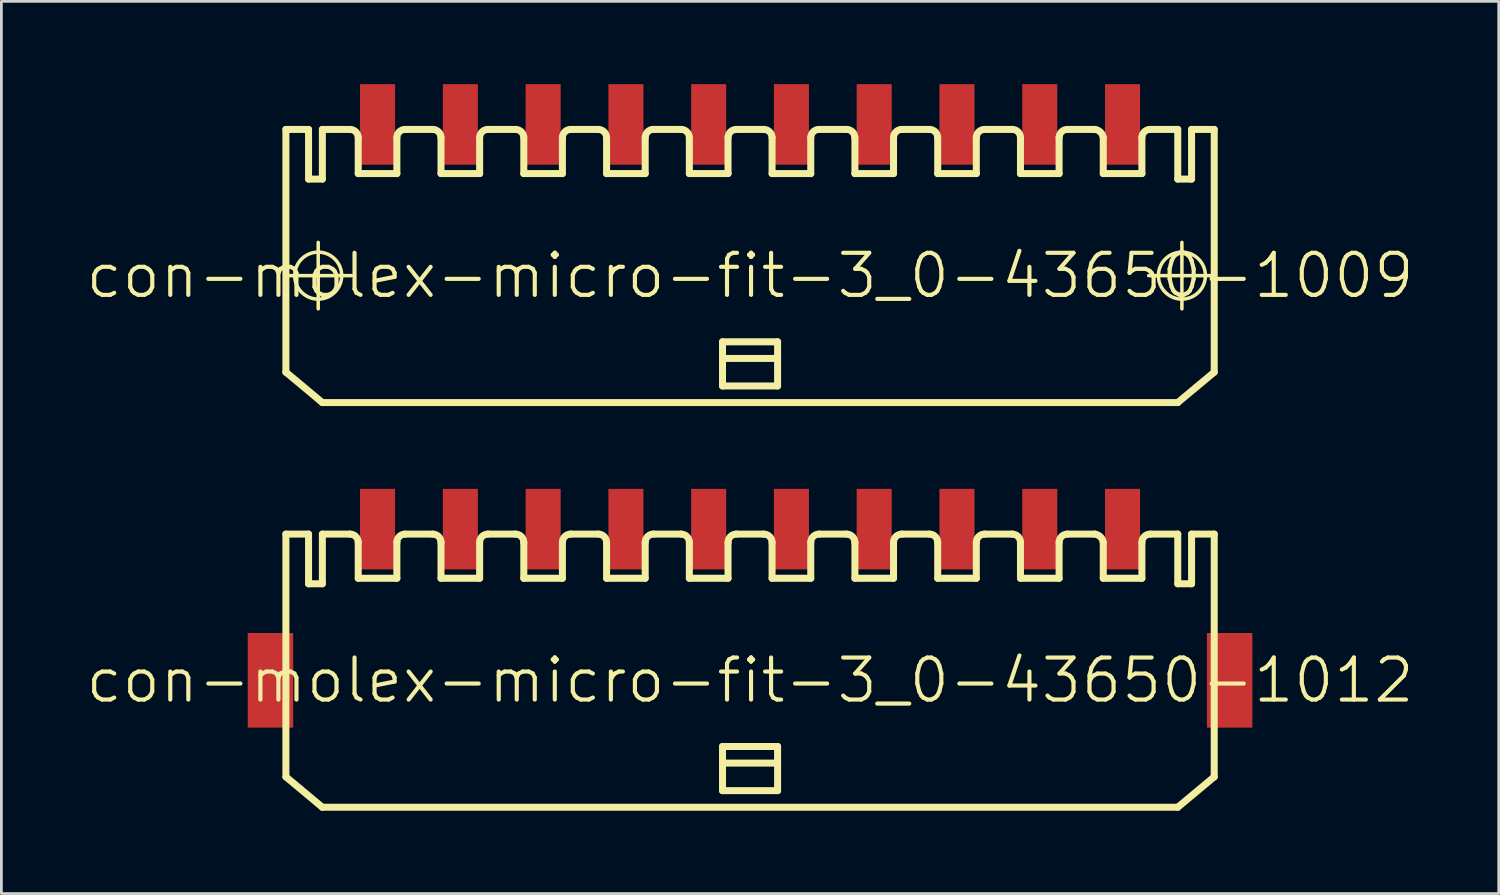
<source format=kicad_pcb>
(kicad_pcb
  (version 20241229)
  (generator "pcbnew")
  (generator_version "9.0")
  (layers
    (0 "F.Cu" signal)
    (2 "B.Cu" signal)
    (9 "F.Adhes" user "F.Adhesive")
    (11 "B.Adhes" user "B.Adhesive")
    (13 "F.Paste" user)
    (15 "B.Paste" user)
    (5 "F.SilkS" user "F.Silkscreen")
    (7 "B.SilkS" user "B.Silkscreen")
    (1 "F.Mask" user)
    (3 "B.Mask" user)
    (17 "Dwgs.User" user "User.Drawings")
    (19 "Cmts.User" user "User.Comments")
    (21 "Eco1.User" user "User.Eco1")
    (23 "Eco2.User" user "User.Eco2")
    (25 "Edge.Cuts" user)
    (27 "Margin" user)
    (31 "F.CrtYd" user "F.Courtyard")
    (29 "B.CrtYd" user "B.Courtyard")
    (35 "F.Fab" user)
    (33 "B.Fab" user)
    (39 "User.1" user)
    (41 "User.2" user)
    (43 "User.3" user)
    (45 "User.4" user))
  (footprint "con-molex-micro-fit-3_0-43650-1012"
    (layer "F.Cu")
    (at 24.13 21.603)
    (property "Reference" "con-molex-micro-fit-3_0-43650-1012" (at 0 0 0) (layer "F.SilkS") (effects (font (size 1.524 1.524) (thickness 0.15))))
    (attr smd)
    (fp_line (start -16.82 -5.298) (end -15.999 -5.298) (stroke (width 0.254) (type solid)) (layer "F.SilkS"))
    (fp_line (start -16.82 3.498) (end -16.82 -5.298) (stroke (width 0.254) (type solid)) (layer "F.SilkS"))
    (fp_line (start -16.82 3.498) (end -15.499 4.6) (stroke (width 0.254) (type solid)) (layer "F.SilkS"))
    (fp_line (start -15.999 -5.298) (end -15.999 -3.498) (stroke (width 0.254) (type solid)) (layer "F.SilkS"))
    (fp_line (start -15.999 -3.498) (end -15.499 -3.498) (stroke (width 0.254) (type solid)) (layer "F.SilkS"))
    (fp_line (start -15.499 -5.298) (end -14.498 -5.298) (stroke (width 0.254) (type solid)) (layer "F.SilkS"))
    (fp_line (start -15.499 -3.498) (end -15.499 -5.298) (stroke (width 0.254) (type solid)) (layer "F.SilkS"))
    (fp_line (start -14.199 -3.698) (end -14.199 -4.999) (stroke (width 0.254) (type solid)) (layer "F.SilkS"))
    (fp_line (start -14.199 -3.698) (end -12.799 -3.698) (stroke (width 0.254) (type solid)) (layer "F.SilkS"))
    (fp_line (start -12.799 -3.698) (end -12.799 -4.999) (stroke (width 0.254) (type solid)) (layer "F.SilkS"))
    (fp_line (start -12.499 -5.298) (end -11.499 -5.298) (stroke (width 0.254) (type solid)) (layer "F.SilkS"))
    (fp_line (start -11.199 -3.698) (end -11.199 -4.999) (stroke (width 0.254) (type solid)) (layer "F.SilkS"))
    (fp_line (start -11.199 -3.698) (end -9.799 -3.698) (stroke (width 0.254) (type solid)) (layer "F.SilkS"))
    (fp_line (start -9.799 -3.698) (end -9.799 -4.999) (stroke (width 0.254) (type solid)) (layer "F.SilkS"))
    (fp_line (start -9.5 -5.298) (end -8.499 -5.298) (stroke (width 0.254) (type solid)) (layer "F.SilkS"))
    (fp_line (start -8.199 -3.698) (end -8.199 -4.999) (stroke (width 0.254) (type solid)) (layer "F.SilkS"))
    (fp_line (start -8.199 -3.698) (end -6.8 -3.698) (stroke (width 0.254) (type solid)) (layer "F.SilkS"))
    (fp_line (start -6.8 -3.698) (end -6.8 -4.999) (stroke (width 0.254) (type solid)) (layer "F.SilkS"))
    (fp_line (start -6.5 -5.298) (end -5.499 -5.298) (stroke (width 0.254) (type solid)) (layer "F.SilkS"))
    (fp_line (start -5.199 -3.698) (end -5.199 -4.999) (stroke (width 0.254) (type solid)) (layer "F.SilkS"))
    (fp_line (start -5.199 -3.698) (end -3.8 -3.698) (stroke (width 0.254) (type solid)) (layer "F.SilkS"))
    (fp_line (start -3.8 -3.698) (end -3.8 -4.999) (stroke (width 0.254) (type solid)) (layer "F.SilkS"))
    (fp_line (start -3.498 -5.298) (end -2.499 -5.298) (stroke (width 0.254) (type solid)) (layer "F.SilkS"))
    (fp_line (start -2.2 -3.698) (end -2.2 -4.999) (stroke (width 0.254) (type solid)) (layer "F.SilkS"))
    (fp_line (start -2.2 -3.698) (end -0.798 -3.698) (stroke (width 0.254) (type solid)) (layer "F.SilkS"))
    (fp_line (start -0.998 2.398) (end 0.998 2.398) (stroke (width 0.254) (type solid)) (layer "F.SilkS"))
    (fp_line (start -0.998 3) (end -0.998 2.398) (stroke (width 0.254) (type solid)) (layer "F.SilkS"))
    (fp_line (start -0.998 3) (end 0.998 3) (stroke (width 0.254) (type solid)) (layer "F.SilkS"))
    (fp_line (start -0.998 3.998) (end -0.998 3) (stroke (width 0.254) (type solid)) (layer "F.SilkS"))
    (fp_line (start -0.798 -3.698) (end -0.798 -4.999) (stroke (width 0.254) (type solid)) (layer "F.SilkS"))
    (fp_line (start -0.498 -5.298) (end 0.498 -5.298) (stroke (width 0.254) (type solid)) (layer "F.SilkS"))
    (fp_line (start 0.798 -3.698) (end 0.798 -4.999) (stroke (width 0.254) (type solid)) (layer "F.SilkS"))
    (fp_line (start 0.798 -3.698) (end 2.2 -3.698) (stroke (width 0.254) (type solid)) (layer "F.SilkS"))
    (fp_line (start 0.998 2.398) (end 0.998 3) (stroke (width 0.254) (type solid)) (layer "F.SilkS"))
    (fp_line (start 0.998 3) (end 0.998 3.998) (stroke (width 0.254) (type solid)) (layer "F.SilkS"))
    (fp_line (start 0.998 3.998) (end -0.998 3.998) (stroke (width 0.254) (type solid)) (layer "F.SilkS"))
    (fp_line (start 2.2 -3.698) (end 2.2 -4.999) (stroke (width 0.254) (type solid)) (layer "F.SilkS"))
    (fp_line (start 2.499 -5.298) (end 3.498 -5.298) (stroke (width 0.254) (type solid)) (layer "F.SilkS"))
    (fp_line (start 3.8 -3.698) (end 3.8 -4.999) (stroke (width 0.254) (type solid)) (layer "F.SilkS"))
    (fp_line (start 3.8 -3.698) (end 5.199 -3.698) (stroke (width 0.254) (type solid)) (layer "F.SilkS"))
    (fp_line (start 5.199 -3.698) (end 5.199 -4.999) (stroke (width 0.254) (type solid)) (layer "F.SilkS"))
    (fp_line (start 5.499 -5.298) (end 6.5 -5.298) (stroke (width 0.254) (type solid)) (layer "F.SilkS"))
    (fp_line (start 6.8 -3.698) (end 6.8 -4.999) (stroke (width 0.254) (type solid)) (layer "F.SilkS"))
    (fp_line (start 6.8 -3.698) (end 8.199 -3.698) (stroke (width 0.254) (type solid)) (layer "F.SilkS"))
    (fp_line (start 8.199 -3.698) (end 8.199 -4.999) (stroke (width 0.254) (type solid)) (layer "F.SilkS"))
    (fp_line (start 8.499 -5.298) (end 9.5 -5.298) (stroke (width 0.254) (type solid)) (layer "F.SilkS"))
    (fp_line (start 9.799 -3.698) (end 9.799 -4.999) (stroke (width 0.254) (type solid)) (layer "F.SilkS"))
    (fp_line (start 9.799 -3.698) (end 11.199 -3.698) (stroke (width 0.254) (type solid)) (layer "F.SilkS"))
    (fp_line (start 11.199 -3.698) (end 11.199 -4.999) (stroke (width 0.254) (type solid)) (layer "F.SilkS"))
    (fp_line (start 11.499 -5.298) (end 12.499 -5.298) (stroke (width 0.254) (type solid)) (layer "F.SilkS"))
    (fp_line (start 12.799 -4.999) (end 12.799 -3.698) (stroke (width 0.254) (type solid)) (layer "F.SilkS"))
    (fp_line (start 12.799 -3.698) (end 14.199 -3.698) (stroke (width 0.254) (type solid)) (layer "F.SilkS"))
    (fp_line (start 14.199 -3.698) (end 14.199 -4.999) (stroke (width 0.254) (type solid)) (layer "F.SilkS"))
    (fp_line (start 14.498 -5.298) (end 15.499 -5.298) (stroke (width 0.254) (type solid)) (layer "F.SilkS"))
    (fp_line (start 15.499 -3.498) (end 15.499 -5.298) (stroke (width 0.254) (type solid)) (layer "F.SilkS"))
    (fp_line (start 15.499 4.6) (end -15.499 4.6) (stroke (width 0.254) (type solid)) (layer "F.SilkS"))
    (fp_line (start 15.999 -5.298) (end 15.999 -3.498) (stroke (width 0.254) (type solid)) (layer "F.SilkS"))
    (fp_line (start 15.999 -5.298) (end 16.82 -5.298) (stroke (width 0.254) (type solid)) (layer "F.SilkS"))
    (fp_line (start 15.999 -3.498) (end 15.499 -3.498) (stroke (width 0.254) (type solid)) (layer "F.SilkS"))
    (fp_line (start 16.82 -5.298) (end 16.82 3.498) (stroke (width 0.254) (type solid)) (layer "F.SilkS"))
    (fp_line (start 16.82 3.498) (end 15.499 4.6) (stroke (width 0.254) (type solid)) (layer "F.SilkS"))
    (fp_arc (start -14.49832 -5.29844) (mid -14.286386 -5.210654) (end -14.1986 -4.99872) (stroke (width 0.254) (type solid)) (layer "F.SilkS"))
    (fp_arc (start -12.79906 -4.99872) (mid -12.711274 -5.210654) (end -12.49934 -5.29844) (stroke (width 0.254) (type solid)) (layer "F.SilkS"))
    (fp_arc (start -11.49858 -5.29844) (mid -11.286646 -5.210654) (end -11.19886 -4.99872) (stroke (width 0.254) (type solid)) (layer "F.SilkS"))
    (fp_arc (start -9.79932 -4.99872) (mid -9.711534 -5.210654) (end -9.4996 -5.29844) (stroke (width 0.254) (type solid)) (layer "F.SilkS"))
    (fp_arc (start -8.49884 -5.29844) (mid -8.286906 -5.210654) (end -8.19912 -4.99872) (stroke (width 0.254) (type solid)) (layer "F.SilkS"))
    (fp_arc (start -6.79958 -4.99872) (mid -6.711794 -5.210654) (end -6.49986 -5.29844) (stroke (width 0.254) (type solid)) (layer "F.SilkS"))
    (fp_arc (start -5.4991 -5.29844) (mid -5.287166 -5.210654) (end -5.19938 -4.99872) (stroke (width 0.254) (type solid)) (layer "F.SilkS"))
    (fp_arc (start -3.79984 -4.99872) (mid -3.71131 -5.21245) (end -3.49758 -5.30098) (stroke (width 0.254) (type solid)) (layer "F.SilkS"))
    (fp_arc (start -2.49936 -5.29844) (mid -2.287426 -5.210654) (end -2.19964 -4.99872) (stroke (width 0.254) (type solid)) (layer "F.SilkS"))
    (fp_arc (start -0.79756 -4.99872) (mid -0.709774 -5.210654) (end -0.49784 -5.29844) (stroke (width 0.254) (type solid)) (layer "F.SilkS"))
    (fp_arc (start 0.49784 -5.29844) (mid 0.709774 -5.210654) (end 0.79756 -4.99872) (stroke (width 0.254) (type solid)) (layer "F.SilkS"))
    (fp_arc (start 2.19964 -4.99872) (mid 2.287426 -5.210654) (end 2.49936 -5.29844) (stroke (width 0.254) (type solid)) (layer "F.SilkS"))
    (fp_arc (start 3.49758 -5.29844) (mid 3.709514 -5.210654) (end 3.7973 -4.99872) (stroke (width 0.254) (type solid)) (layer "F.SilkS"))
    (fp_arc (start 5.19938 -4.99872) (mid 5.287166 -5.210654) (end 5.4991 -5.29844) (stroke (width 0.254) (type solid)) (layer "F.SilkS"))
    (fp_arc (start 6.49986 -5.29844) (mid 6.711794 -5.210654) (end 6.79958 -4.99872) (stroke (width 0.254) (type solid)) (layer "F.SilkS"))
    (fp_arc (start 8.19912 -4.99872) (mid 8.286906 -5.210654) (end 8.49884 -5.29844) (stroke (width 0.254) (type solid)) (layer "F.SilkS"))
    (fp_arc (start 9.4996 -5.29844) (mid 9.711534 -5.210654) (end 9.79932 -4.99872) (stroke (width 0.254) (type solid)) (layer "F.SilkS"))
    (fp_arc (start 11.19886 -4.99872) (mid 11.286646 -5.210654) (end 11.49858 -5.29844) (stroke (width 0.254) (type solid)) (layer "F.SilkS"))
    (fp_arc (start 12.49934 -5.29844) (mid 12.699405 -5.197943) (end 12.799229 -4.997541) (stroke (width 0.254) (type solid)) (layer "F.SilkS"))
    (fp_arc (start 14.1986 -4.99872) (mid 14.286386 -5.210654) (end 14.49832 -5.29844) (stroke (width 0.254) (type solid)) (layer "F.SilkS"))
    (pad "P$1" smd rect (at 13.498 -5.479) (size 1.27 2.918) (layers "F.Cu" "F.Mask" "F.Paste"))
    (pad "P$2" smd rect (at 10.498 -5.479) (size 1.27 2.918) (layers "F.Cu" "F.Mask" "F.Paste"))
    (pad "P$3" smd rect (at 7.498 -5.479) (size 1.27 2.918) (layers "F.Cu" "F.Mask" "F.Paste"))
    (pad "P$4" smd rect (at 4.498 -5.479) (size 1.27 2.918) (layers "F.Cu" "F.Mask" "F.Paste"))
    (pad "P$5" smd rect (at 1.499 -5.479) (size 1.27 2.918) (layers "F.Cu" "F.Mask" "F.Paste"))
    (pad "P$6" smd rect (at -1.499 -5.479) (size 1.27 2.918) (layers "F.Cu" "F.Mask" "F.Paste"))
    (pad "P$7" smd rect (at -4.498 -5.479) (size 1.27 2.918) (layers "F.Cu" "F.Mask" "F.Paste"))
    (pad "P$8" smd rect (at -7.498 -5.479) (size 1.27 2.918) (layers "F.Cu" "F.Mask" "F.Paste"))
    (pad "P$9" smd rect (at -10.498 -5.479) (size 1.27 2.918) (layers "F.Cu" "F.Mask" "F.Paste"))
    (pad "P$10" smd rect (at -13.498 -5.479) (size 1.27 2.918) (layers "F.Cu" "F.Mask" "F.Paste"))
    (pad "TAB1" smd rect (at 17.379 0) (size 1.648 3.429) (layers "F.Cu" "F.Mask" "F.Paste"))
    (pad "TAB2" smd rect (at -17.379 0) (size 1.648 3.429) (layers "F.Cu" "F.Mask" "F.Paste")))
  (footprint "con-molex-micro-fit-3_0-43650-1009"
    (layer "F.Cu")
    (at 24.13 6.938)
    (property "Reference" "con-molex-micro-fit-3_0-43650-1009" (at 0 0 0) (layer "F.SilkS") (effects (font (size 1.524 1.524) (thickness 0.15))))
    (attr smd)
    (fp_line (start -16.853 0) (end -14.445 0) (stroke (width 0.127) (type solid)) (layer "F.SilkS"))
    (fp_line (start -16.82 -5.298) (end -15.999 -5.298) (stroke (width 0.254) (type solid)) (layer "F.SilkS"))
    (fp_line (start -16.82 3.498) (end -16.82 -5.298) (stroke (width 0.254) (type solid)) (layer "F.SilkS"))
    (fp_line (start -16.82 3.498) (end -15.499 4.6) (stroke (width 0.254) (type solid)) (layer "F.SilkS"))
    (fp_line (start -15.999 -5.298) (end -15.999 -3.498) (stroke (width 0.254) (type solid)) (layer "F.SilkS"))
    (fp_line (start -15.999 -3.498) (end -15.499 -3.498) (stroke (width 0.254) (type solid)) (layer "F.SilkS"))
    (fp_line (start -15.649 1.204) (end -15.649 -1.204) (stroke (width 0.127) (type solid)) (layer "F.SilkS"))
    (fp_line (start -15.499 -5.298) (end -14.498 -5.298) (stroke (width 0.254) (type solid)) (layer "F.SilkS"))
    (fp_line (start -15.499 -3.498) (end -15.499 -5.298) (stroke (width 0.254) (type solid)) (layer "F.SilkS"))
    (fp_line (start -14.199 -3.698) (end -14.199 -4.999) (stroke (width 0.254) (type solid)) (layer "F.SilkS"))
    (fp_line (start -14.199 -3.698) (end -12.799 -3.698) (stroke (width 0.254) (type solid)) (layer "F.SilkS"))
    (fp_line (start -12.799 -3.698) (end -12.799 -4.999) (stroke (width 0.254) (type solid)) (layer "F.SilkS"))
    (fp_line (start -12.499 -5.298) (end -11.499 -5.298) (stroke (width 0.254) (type solid)) (layer "F.SilkS"))
    (fp_line (start -11.199 -3.698) (end -11.199 -4.999) (stroke (width 0.254) (type solid)) (layer "F.SilkS"))
    (fp_line (start -11.199 -3.698) (end -9.799 -3.698) (stroke (width 0.254) (type solid)) (layer "F.SilkS"))
    (fp_line (start -9.799 -3.698) (end -9.799 -4.999) (stroke (width 0.254) (type solid)) (layer "F.SilkS"))
    (fp_line (start -9.5 -5.298) (end -8.499 -5.298) (stroke (width 0.254) (type solid)) (layer "F.SilkS"))
    (fp_line (start -8.199 -3.698) (end -8.199 -4.999) (stroke (width 0.254) (type solid)) (layer "F.SilkS"))
    (fp_line (start -8.199 -3.698) (end -6.8 -3.698) (stroke (width 0.254) (type solid)) (layer "F.SilkS"))
    (fp_line (start -6.8 -3.698) (end -6.8 -4.999) (stroke (width 0.254) (type solid)) (layer "F.SilkS"))
    (fp_line (start -6.5 -5.298) (end -5.499 -5.298) (stroke (width 0.254) (type solid)) (layer "F.SilkS"))
    (fp_line (start -5.199 -3.698) (end -5.199 -4.999) (stroke (width 0.254) (type solid)) (layer "F.SilkS"))
    (fp_line (start -5.199 -3.698) (end -3.8 -3.698) (stroke (width 0.254) (type solid)) (layer "F.SilkS"))
    (fp_line (start -3.8 -3.698) (end -3.8 -4.999) (stroke (width 0.254) (type solid)) (layer "F.SilkS"))
    (fp_line (start -3.498 -5.298) (end -2.499 -5.298) (stroke (width 0.254) (type solid)) (layer "F.SilkS"))
    (fp_line (start -2.2 -3.698) (end -2.2 -4.999) (stroke (width 0.254) (type solid)) (layer "F.SilkS"))
    (fp_line (start -2.2 -3.698) (end -0.798 -3.698) (stroke (width 0.254) (type solid)) (layer "F.SilkS"))
    (fp_line (start -0.998 2.398) (end 0.998 2.398) (stroke (width 0.254) (type solid)) (layer "F.SilkS"))
    (fp_line (start -0.998 3) (end -0.998 2.398) (stroke (width 0.254) (type solid)) (layer "F.SilkS"))
    (fp_line (start -0.998 3) (end 0.998 3) (stroke (width 0.254) (type solid)) (layer "F.SilkS"))
    (fp_line (start -0.998 3.998) (end -0.998 3) (stroke (width 0.254) (type solid)) (layer "F.SilkS"))
    (fp_line (start -0.798 -3.698) (end -0.798 -4.999) (stroke (width 0.254) (type solid)) (layer "F.SilkS"))
    (fp_line (start -0.498 -5.298) (end 0.498 -5.298) (stroke (width 0.254) (type solid)) (layer "F.SilkS"))
    (fp_line (start 0.798 -3.698) (end 0.798 -4.999) (stroke (width 0.254) (type solid)) (layer "F.SilkS"))
    (fp_line (start 0.798 -3.698) (end 2.2 -3.698) (stroke (width 0.254) (type solid)) (layer "F.SilkS"))
    (fp_line (start 0.998 2.398) (end 0.998 3) (stroke (width 0.254) (type solid)) (layer "F.SilkS"))
    (fp_line (start 0.998 3) (end 0.998 3.998) (stroke (width 0.254) (type solid)) (layer "F.SilkS"))
    (fp_line (start 0.998 3.998) (end -0.998 3.998) (stroke (width 0.254) (type solid)) (layer "F.SilkS"))
    (fp_line (start 2.2 -3.698) (end 2.2 -4.999) (stroke (width 0.254) (type solid)) (layer "F.SilkS"))
    (fp_line (start 2.499 -5.298) (end 3.498 -5.298) (stroke (width 0.254) (type solid)) (layer "F.SilkS"))
    (fp_line (start 3.8 -3.698) (end 3.8 -4.999) (stroke (width 0.254) (type solid)) (layer "F.SilkS"))
    (fp_line (start 3.8 -3.698) (end 5.199 -3.698) (stroke (width 0.254) (type solid)) (layer "F.SilkS"))
    (fp_line (start 5.199 -3.698) (end 5.199 -4.999) (stroke (width 0.254) (type solid)) (layer "F.SilkS"))
    (fp_line (start 5.499 -5.298) (end 6.5 -5.298) (stroke (width 0.254) (type solid)) (layer "F.SilkS"))
    (fp_line (start 6.8 -3.698) (end 6.8 -4.999) (stroke (width 0.254) (type solid)) (layer "F.SilkS"))
    (fp_line (start 6.8 -3.698) (end 8.199 -3.698) (stroke (width 0.254) (type solid)) (layer "F.SilkS"))
    (fp_line (start 8.199 -3.698) (end 8.199 -4.999) (stroke (width 0.254) (type solid)) (layer "F.SilkS"))
    (fp_line (start 8.499 -5.298) (end 9.5 -5.298) (stroke (width 0.254) (type solid)) (layer "F.SilkS"))
    (fp_line (start 9.799 -3.698) (end 9.799 -4.999) (stroke (width 0.254) (type solid)) (layer "F.SilkS"))
    (fp_line (start 9.799 -3.698) (end 11.199 -3.698) (stroke (width 0.254) (type solid)) (layer "F.SilkS"))
    (fp_line (start 11.199 -3.698) (end 11.199 -4.999) (stroke (width 0.254) (type solid)) (layer "F.SilkS"))
    (fp_line (start 11.499 -5.298) (end 12.499 -5.298) (stroke (width 0.254) (type solid)) (layer "F.SilkS"))
    (fp_line (start 12.799 -4.999) (end 12.799 -3.698) (stroke (width 0.254) (type solid)) (layer "F.SilkS"))
    (fp_line (start 12.799 -3.698) (end 14.199 -3.698) (stroke (width 0.254) (type solid)) (layer "F.SilkS"))
    (fp_line (start 14.199 -3.698) (end 14.199 -4.999) (stroke (width 0.254) (type solid)) (layer "F.SilkS"))
    (fp_line (start 14.445 0) (end 16.853 0) (stroke (width 0.127) (type solid)) (layer "F.SilkS"))
    (fp_line (start 14.498 -5.298) (end 15.499 -5.298) (stroke (width 0.254) (type solid)) (layer "F.SilkS"))
    (fp_line (start 15.499 -3.498) (end 15.499 -5.298) (stroke (width 0.254) (type solid)) (layer "F.SilkS"))
    (fp_line (start 15.499 4.6) (end -15.499 4.6) (stroke (width 0.254) (type solid)) (layer "F.SilkS"))
    (fp_line (start 15.649 1.204) (end 15.649 -1.204) (stroke (width 0.127) (type solid)) (layer "F.SilkS"))
    (fp_line (start 15.999 -5.298) (end 15.999 -3.498) (stroke (width 0.254) (type solid)) (layer "F.SilkS"))
    (fp_line (start 15.999 -5.298) (end 16.82 -5.298) (stroke (width 0.254) (type solid)) (layer "F.SilkS"))
    (fp_line (start 15.999 -3.498) (end 15.499 -3.498) (stroke (width 0.254) (type solid)) (layer "F.SilkS"))
    (fp_line (start 16.82 -5.298) (end 16.82 3.498) (stroke (width 0.254) (type solid)) (layer "F.SilkS"))
    (fp_line (start 16.82 3.498) (end 15.499 4.6) (stroke (width 0.254) (type solid)) (layer "F.SilkS"))
    (fp_arc (start -14.49832 -5.29844) (mid -14.286386 -5.210654) (end -14.1986 -4.99872) (stroke (width 0.254) (type solid)) (layer "F.SilkS"))
    (fp_arc (start -12.79906 -4.99872) (mid -12.711274 -5.210654) (end -12.49934 -5.29844) (stroke (width 0.254) (type solid)) (layer "F.SilkS"))
    (fp_arc (start -11.49858 -5.29844) (mid -11.286646 -5.210654) (end -11.19886 -4.99872) (stroke (width 0.254) (type solid)) (layer "F.SilkS"))
    (fp_arc (start -9.79932 -4.99872) (mid -9.711534 -5.210654) (end -9.4996 -5.29844) (stroke (width 0.254) (type solid)) (layer "F.SilkS"))
    (fp_arc (start -8.49884 -5.29844) (mid -8.286906 -5.210654) (end -8.19912 -4.99872) (stroke (width 0.254) (type solid)) (layer "F.SilkS"))
    (fp_arc (start -6.79958 -4.99872) (mid -6.711794 -5.210654) (end -6.49986 -5.29844) (stroke (width 0.254) (type solid)) (layer "F.SilkS"))
    (fp_arc (start -5.4991 -5.29844) (mid -5.287166 -5.210654) (end -5.19938 -4.99872) (stroke (width 0.254) (type solid)) (layer "F.SilkS"))
    (fp_arc (start -3.79984 -4.99872) (mid -3.71131 -5.21245) (end -3.49758 -5.30098) (stroke (width 0.254) (type solid)) (layer "F.SilkS"))
    (fp_arc (start -2.49936 -5.29844) (mid -2.287426 -5.210654) (end -2.19964 -4.99872) (stroke (width 0.254) (type solid)) (layer "F.SilkS"))
    (fp_arc (start -0.79756 -4.99872) (mid -0.709774 -5.210654) (end -0.49784 -5.29844) (stroke (width 0.254) (type solid)) (layer "F.SilkS"))
    (fp_arc (start 0.49784 -5.29844) (mid 0.709774 -5.210654) (end 0.79756 -4.99872) (stroke (width 0.254) (type solid)) (layer "F.SilkS"))
    (fp_arc (start 2.19964 -4.99872) (mid 2.287426 -5.210654) (end 2.49936 -5.29844) (stroke (width 0.254) (type solid)) (layer "F.SilkS"))
    (fp_arc (start 3.49758 -5.29844) (mid 3.709514 -5.210654) (end 3.7973 -4.99872) (stroke (width 0.254) (type solid)) (layer "F.SilkS"))
    (fp_arc (start 5.19938 -4.99872) (mid 5.287166 -5.210654) (end 5.4991 -5.29844) (stroke (width 0.254) (type solid)) (layer "F.SilkS"))
    (fp_arc (start 6.49986 -5.29844) (mid 6.711794 -5.210654) (end 6.79958 -4.99872) (stroke (width 0.254) (type solid)) (layer "F.SilkS"))
    (fp_arc (start 8.19912 -4.99872) (mid 8.286906 -5.210654) (end 8.49884 -5.29844) (stroke (width 0.254) (type solid)) (layer "F.SilkS"))
    (fp_arc (start 9.4996 -5.29844) (mid 9.711534 -5.210654) (end 9.79932 -4.99872) (stroke (width 0.254) (type solid)) (layer "F.SilkS"))
    (fp_arc (start 11.19886 -4.99872) (mid 11.286646 -5.210654) (end 11.49858 -5.29844) (stroke (width 0.254) (type solid)) (layer "F.SilkS"))
    (fp_arc (start 12.49934 -5.29844) (mid 12.699405 -5.197943) (end 12.799229 -4.997541) (stroke (width 0.254) (type solid)) (layer "F.SilkS"))
    (fp_arc (start 14.1986 -4.99872) (mid 14.286386 -5.210654) (end 14.49832 -5.29844) (stroke (width 0.254) (type solid)) (layer "F.SilkS"))
    (fp_circle (center -15.649 0) (end -16.251 0.602) (stroke (width 0.127) (type solid)) (fill no) (layer "F.SilkS"))
    (fp_circle (center 15.649 0) (end 16.251 0.602) (stroke (width 0.127) (type solid)) (fill no) (layer "F.SilkS"))
    (pad "P$1" smd rect (at 13.498 -5.479) (size 1.27 2.918) (layers "F.Cu" "F.Mask" "F.Paste"))
    (pad "P$2" smd rect (at 10.498 -5.479) (size 1.27 2.918) (layers "F.Cu" "F.Mask" "F.Paste"))
    (pad "P$3" smd rect (at 7.498 -5.479) (size 1.27 2.918) (layers "F.Cu" "F.Mask" "F.Paste"))
    (pad "P$4" smd rect (at 4.498 -5.479) (size 1.27 2.918) (layers "F.Cu" "F.Mask" "F.Paste"))
    (pad "P$5" smd rect (at 1.499 -5.479) (size 1.27 2.918) (layers "F.Cu" "F.Mask" "F.Paste"))
    (pad "P$6" smd rect (at -1.499 -5.479) (size 1.27 2.918) (layers "F.Cu" "F.Mask" "F.Paste"))
    (pad "P$7" smd rect (at -4.498 -5.479) (size 1.27 2.918) (layers "F.Cu" "F.Mask" "F.Paste"))
    (pad "P$8" smd rect (at -7.498 -5.479) (size 1.27 2.918) (layers "F.Cu" "F.Mask" "F.Paste"))
    (pad "P$9" smd rect (at -10.498 -5.479) (size 1.27 2.918) (layers "F.Cu" "F.Mask" "F.Paste"))
    (pad "P$10" smd rect (at -13.498 -5.479) (size 1.27 2.918) (layers "F.Cu" "F.Mask" "F.Paste")))
  (gr_rect
    (start -3 -3)
    (end 51.26 29.33)
    (stroke (width 0.1) (type default))
    (fill no)
    (layer "Edge.Cuts")))
</source>
